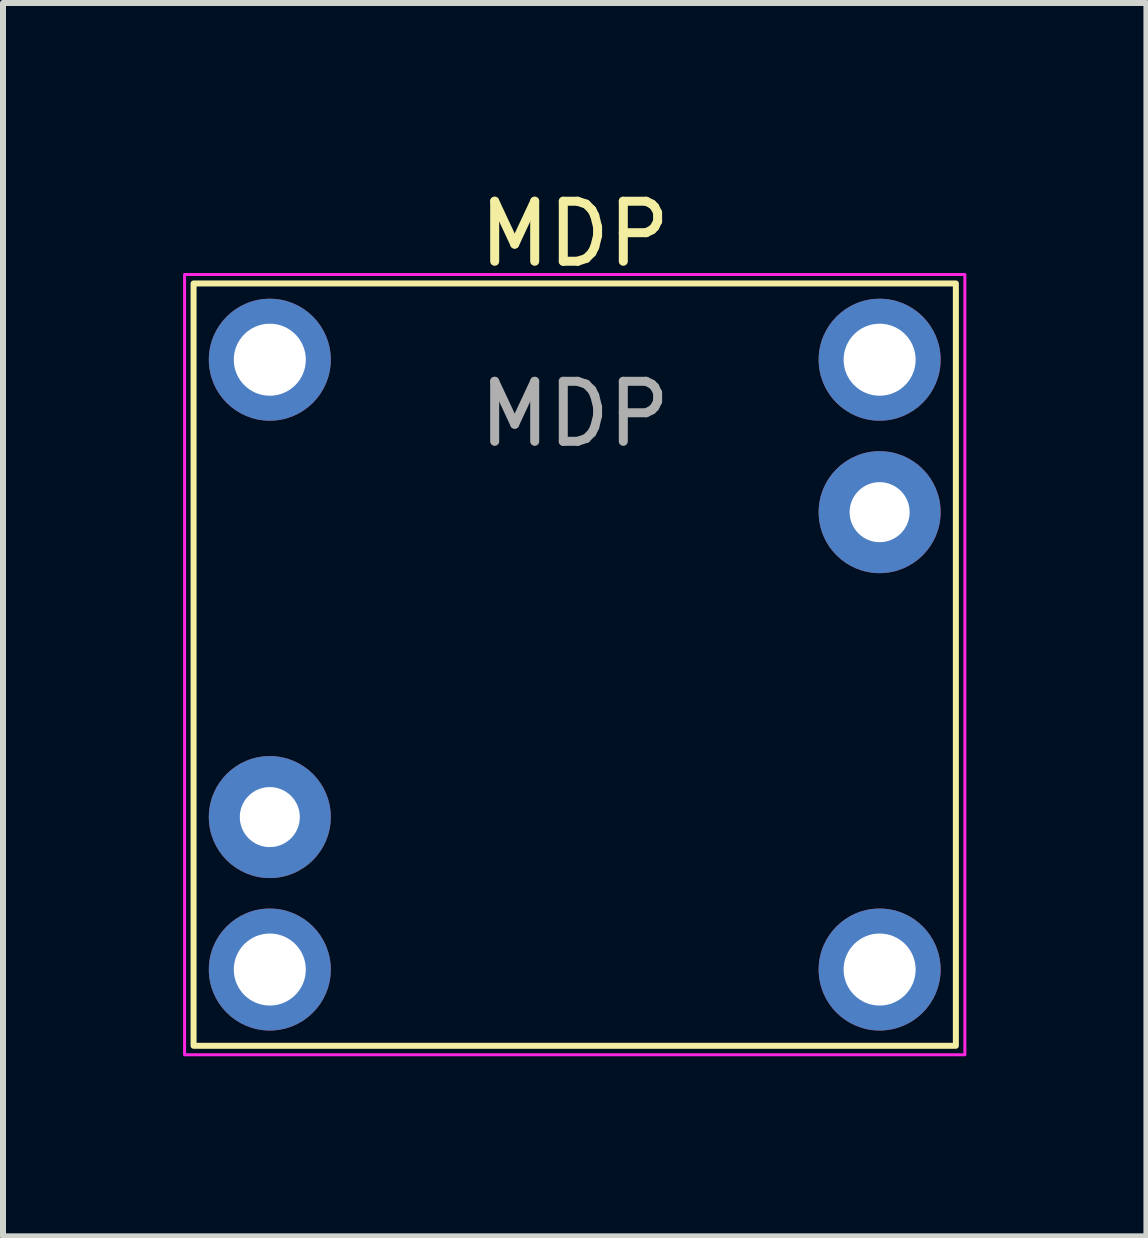
<source format=kicad_pcb>
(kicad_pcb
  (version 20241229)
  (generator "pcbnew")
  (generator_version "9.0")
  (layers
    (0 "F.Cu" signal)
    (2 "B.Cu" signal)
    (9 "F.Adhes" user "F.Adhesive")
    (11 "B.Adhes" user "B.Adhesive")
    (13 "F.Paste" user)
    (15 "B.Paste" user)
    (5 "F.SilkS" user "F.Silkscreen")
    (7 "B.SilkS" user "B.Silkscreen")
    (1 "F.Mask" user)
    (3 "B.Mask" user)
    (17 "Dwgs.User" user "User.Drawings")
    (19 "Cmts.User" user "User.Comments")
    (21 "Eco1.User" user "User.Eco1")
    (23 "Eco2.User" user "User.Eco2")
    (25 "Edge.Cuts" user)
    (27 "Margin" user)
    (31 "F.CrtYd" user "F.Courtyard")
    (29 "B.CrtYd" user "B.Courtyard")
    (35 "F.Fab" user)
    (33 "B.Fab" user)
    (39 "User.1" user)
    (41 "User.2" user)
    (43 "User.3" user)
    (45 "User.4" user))
  (footprint "MDP"
    (layer "F.Cu")
    (at 6.525 8.023)
    (property "Reference" "MDP" (at 0 -7.175 0) (unlocked yes) (layer "F.SilkS") (effects (font (size 1 1) (thickness 0.15))))
    (attr through_hole)
    (fp_rect (start -6.35 -6.35) (end 6.35 6.35) (stroke (width 0.1) (type solid)) (fill no) (layer "F.SilkS"))
    (fp_rect (start -6.5 -6.5) (end 6.5 6.5) (stroke (width 0.05) (type solid)) (fill no) (layer "F.CrtYd"))
    (fp_text user "${REFERENCE}" (at 0 -4.175 0) (unlocked yes) (layer "F.Fab") (effects (font (size 1 1) (thickness 0.15))))
    (pad "1" thru_hole circle (at -5.08 2.54) (size 2.032 2.032) (drill 1) (layers "*.Cu" "*.Mask"))
    (pad "2" thru_hole circle (at 5.08 -2.54) (size 2.032 2.032) (drill 1) (layers "*.Cu" "*.Mask"))
    (pad "SH" thru_hole circle (at -5.08 -5.08) (size 2.032 2.032) (drill 1.2) (layers "*.Cu" "*.Mask"))
    (pad "SH" thru_hole circle (at -5.08 5.08) (size 2.032 2.032) (drill 1.2) (layers "*.Cu" "*.Mask"))
    (pad "SH" thru_hole circle (at 5.08 -5.08) (size 2.032 2.032) (drill 1.2) (layers "*.Cu" "*.Mask"))
    (pad "SH" thru_hole circle (at 5.08 5.08) (size 2.032 2.032) (drill 1.2) (layers "*.Cu" "*.Mask")))
  (gr_rect
    (start -3 -3)
    (end 16.05 17.548)
    (stroke (width 0.1) (type default))
    (fill no)
    (layer "Edge.Cuts")))
</source>
